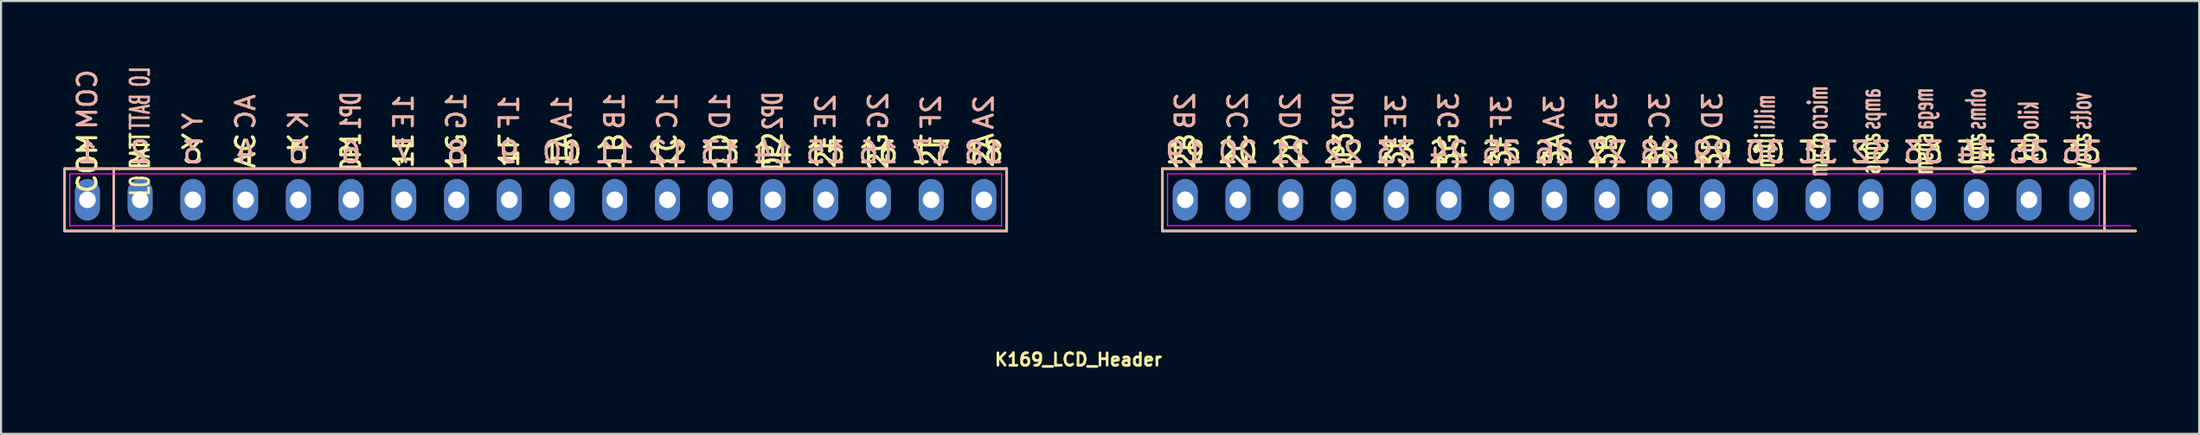
<source format=kicad_pcb>
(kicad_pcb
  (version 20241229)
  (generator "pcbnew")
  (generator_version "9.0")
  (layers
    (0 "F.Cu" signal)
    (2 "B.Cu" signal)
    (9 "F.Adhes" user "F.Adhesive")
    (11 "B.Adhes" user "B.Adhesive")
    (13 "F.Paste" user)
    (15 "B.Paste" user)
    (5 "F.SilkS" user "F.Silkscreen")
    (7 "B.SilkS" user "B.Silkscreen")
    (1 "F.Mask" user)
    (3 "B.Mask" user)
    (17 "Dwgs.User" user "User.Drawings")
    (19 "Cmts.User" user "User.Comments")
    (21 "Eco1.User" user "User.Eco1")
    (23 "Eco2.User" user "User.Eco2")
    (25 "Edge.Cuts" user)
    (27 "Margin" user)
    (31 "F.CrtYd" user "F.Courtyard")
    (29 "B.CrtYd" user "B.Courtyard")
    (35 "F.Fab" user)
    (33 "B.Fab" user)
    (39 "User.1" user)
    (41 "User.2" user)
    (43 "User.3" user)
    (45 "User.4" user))
  (footprint "K169_LCD_Header"
    (layer "F.Cu")
    (at 49.19 6.577)
    (property "Reference" "K169_LCD_Header" (at -0.3 7.7 0) (layer "F.SilkS") (effects (font (size 0.6 0.6) (thickness 0.13))))
    (attr through_hole)
    (fp_line (start -49.13 -1.5) (end -3.75 -1.5) (stroke (width 0.12) (type solid)) (layer "F.SilkS"))
    (fp_line (start -49.13 1.5) (end -49.13 -1.5) (stroke (width 0.12) (type solid)) (layer "F.SilkS"))
    (fp_line (start -46.76 -1.5) (end -46.76 1.5) (stroke (width 0.12) (type solid)) (layer "F.SilkS"))
    (fp_line (start -3.75 -1.5) (end -3.75 1.5) (stroke (width 0.12) (type solid)) (layer "F.SilkS"))
    (fp_line (start -3.75 1.5) (end -49.13 1.5) (stroke (width 0.12) (type solid)) (layer "F.SilkS"))
    (fp_line (start 3.75 -1.5) (end 3.75 1.5) (stroke (width 0.12) (type solid)) (layer "F.SilkS"))
    (fp_line (start 3.75 -1.5) (end 50.63 -1.5) (stroke (width 0.12) (type solid)) (layer "F.SilkS"))
    (fp_line (start 49.13 -1.5) (end 49.13 1.5) (stroke (width 0.12) (type solid)) (layer "F.SilkS"))
    (fp_line (start 50.63 1.5) (end 3.75 1.5) (stroke (width 0.12) (type solid)) (layer "F.SilkS"))
    (fp_line (start -49.13 -1.5) (end -49.13 1.5) (stroke (width 0.12) (type solid)) (layer "B.SilkS"))
    (fp_line (start -49.13 1.5) (end -3.75 1.5) (stroke (width 0.12) (type solid)) (layer "B.SilkS"))
    (fp_line (start -46.76 1.5) (end -46.76 -1.5) (stroke (width 0.12) (type solid)) (layer "B.SilkS"))
    (fp_line (start -3.75 -1.5) (end -49.13 -1.5) (stroke (width 0.12) (type solid)) (layer "B.SilkS"))
    (fp_line (start -3.75 1.5) (end -3.75 -1.5) (stroke (width 0.12) (type solid)) (layer "B.SilkS"))
    (fp_line (start 3.75 1.5) (end 3.75 -1.5) (stroke (width 0.12) (type solid)) (layer "B.SilkS"))
    (fp_line (start 3.75 1.5) (end 50.63 1.5) (stroke (width 0.12) (type solid)) (layer "B.SilkS"))
    (fp_line (start 49.13 1.5) (end 49.13 -1.5) (stroke (width 0.12) (type solid)) (layer "B.SilkS"))
    (fp_line (start 50.63 -1.5) (end 3.75 -1.5) (stroke (width 0.12) (type solid)) (layer "B.SilkS"))
    (fp_line (start -48.88 -1.25) (end -4 -1.25) (stroke (width 0.05) (type solid)) (layer "F.CrtYd"))
    (fp_line (start -48.88 1.25) (end -48.88 -1.25) (stroke (width 0.05) (type solid)) (layer "F.CrtYd"))
    (fp_line (start -4 -1.25) (end -4 1.25) (stroke (width 0.05) (type solid)) (layer "F.CrtYd"))
    (fp_line (start -4 1.25) (end -48.88 1.25) (stroke (width 0.05) (type solid)) (layer "F.CrtYd"))
    (fp_line (start 4 -1.25) (end 4 1.25) (stroke (width 0.05) (type solid)) (layer "F.CrtYd"))
    (fp_line (start 4 -1.25) (end 50.38 -1.25) (stroke (width 0.05) (type solid)) (layer "F.CrtYd"))
    (fp_line (start 48.88 -1.25) (end 48.88 1.25) (stroke (width 0.05) (type solid)) (layer "F.CrtYd"))
    (fp_line (start 50.38 1.25) (end 4 1.25) (stroke (width 0.05) (type solid)) (layer "F.CrtYd"))
    (fp_text user "30" (at 32.79 -2.286 0) (layer "F.SilkS") (effects (font (size 1 1) (thickness 0.15))))
    (fp_text user "14" (at -15.01 -2.286 0) (layer "F.SilkS") (effects (font (size 1 1) (thickness 0.15))))
    (fp_text user "26" (at 22.63 -2.286 0) (layer "F.SilkS") (effects (font (size 1 1) (thickness 0.15))))
    (fp_text user "milli" (at 32.79 -3.302 270) (layer "F.SilkS") (effects (font (size 0.9 0.5) (thickness 0.125)) (justify right)))
    (fp_text user "20" (at 7.39 -2.286 0) (layer "F.SilkS") (effects (font (size 1 1) (thickness 0.15))))
    (fp_text user "LO BATT" (at -45.49 -3.302 270) (layer "F.SilkS") (effects (font (size 0.9 0.5) (thickness 0.125)) (justify right)))
    (fp_text user "amps" (at 37.87 -3.302 270) (layer "F.SilkS") (effects (font (size 0.9 0.5) (thickness 0.125)) (justify right)))
    (fp_text user "36" (at 48.03 -2.286 0) (layer "F.SilkS") (effects (font (size 1 1) (thickness 0.15))))
    (fp_text user "34" (at 42.95 -2.286 0) (layer "F.SilkS") (effects (font (size 1 1) (thickness 0.15))))
    (fp_text user "1E" (at -32.79 -3.302 270) (layer "F.SilkS") (effects (font (size 0.9 0.9) (thickness 0.15)) (justify right)))
    (fp_text user "1F" (at -27.71 -3.302 270) (layer "F.SilkS") (effects (font (size 0.9 0.9) (thickness 0.15)) (justify right)))
    (fp_text user "3D" (at 30.25 -3.302 270) (layer "F.SilkS") (effects (font (size 0.9 0.9) (thickness 0.15)) (justify right)))
    (fp_text user "3" (at -42.95 -2.286 0) (layer "F.SilkS") (effects (font (size 1 1) (thickness 0.15))))
    (fp_text user "6" (at -35.33 -2.286 0) (layer "F.SilkS") (effects (font (size 1 1) (thickness 0.15))))
    (fp_text user "9" (at -27.71 -2.286 0) (layer "F.SilkS") (effects (font (size 1 1) (thickness 0.15))))
    (fp_text user "2A" (at -4.85 -3.302 270) (layer "F.SilkS") (effects (font (size 0.9 0.9) (thickness 0.15)) (justify right)))
    (fp_text user "3G" (at 17.55 -3.302 270) (layer "F.SilkS") (effects (font (size 0.9 0.9) (thickness 0.15)) (justify right)))
    (fp_text user "2F" (at -7.39 -3.302 270) (layer "F.SilkS") (effects (font (size 0.9 0.9) (thickness 0.15)) (justify right)))
    (fp_text user "DP3" (at 12.47 -3.302 270) (layer "F.SilkS") (effects (font (size 0.9 0.6) (thickness 0.15)) (justify right)))
    (fp_text user "1A" (at -25.17 -3.302 270) (layer "F.SilkS") (effects (font (size 0.9 0.9) (thickness 0.15)) (justify right)))
    (fp_text user "18" (at -4.85 -2.286 0) (layer "F.SilkS") (effects (font (size 1 1) (thickness 0.15))))
    (fp_text user "10" (at -25.17 -2.286 0) (layer "F.SilkS") (effects (font (size 1 1) (thickness 0.15))))
    (fp_text user "29" (at 30.25 -2.286 0) (layer "F.SilkS") (effects (font (size 1 1) (thickness 0.15))))
    (fp_text user "1B" (at -22.63 -3.302 270) (layer "F.SilkS") (effects (font (size 0.9 0.9) (thickness 0.15)) (justify right)))
    (fp_text user "2" (at -45.49 -2.286 0) (layer "F.SilkS") (effects (font (size 1 1) (thickness 0.15))))
    (fp_text user "19" (at 4.85 -2.286 0) (layer "F.SilkS") (effects (font (size 1 1) (thickness 0.15))))
    (fp_text user "11" (at -22.63 -2.286 0) (layer "F.SilkS") (effects (font (size 1 1) (thickness 0.15))))
    (fp_text user "5" (at -37.87 -2.286 0) (layer "F.SilkS") (effects (font (size 1 1) (thickness 0.15))))
    (fp_text user "2D" (at 9.93 -3.302 270) (layer "F.SilkS") (effects (font (size 0.9 0.9) (thickness 0.15)) (justify right)))
    (fp_text user "32" (at 37.87 -2.286 0) (layer "F.SilkS") (effects (font (size 1 1) (thickness 0.15))))
    (fp_text user "7" (at -32.79 -2.286 0) (layer "F.SilkS") (effects (font (size 1 1) (thickness 0.15))))
    (fp_text user "16" (at -9.93 -2.286 0) (layer "F.SilkS") (effects (font (size 1 1) (thickness 0.15))))
    (fp_text user "kilo" (at 45.49 -3.302 270) (layer "F.SilkS") (effects (font (size 0.9 0.5) (thickness 0.125)) (justify right)))
    (fp_text user "ohms" (at 42.95 -3.302 270) (layer "F.SilkS") (effects (font (size 0.9 0.5) (thickness 0.125)) (justify right)))
    (fp_text user "2C" (at 7.39 -3.302 270) (layer "F.SilkS") (effects (font (size 0.9 0.9) (thickness 0.15)) (justify right)))
    (fp_text user "1G" (at -30.25 -3.302 270) (layer "F.SilkS") (effects (font (size 0.9 0.9) (thickness 0.15)) (justify right)))
    (fp_text user "21" (at 9.93 -2.286 0) (layer "F.SilkS") (effects (font (size 1 1) (thickness 0.15))))
    (fp_text user "13" (at -17.55 -2.286 0) (layer "F.SilkS") (effects (font (size 1 1) (thickness 0.15))))
    (fp_text user "3F" (at 20.09 -3.302 270) (layer "F.SilkS") (effects (font (size 0.9 0.9) (thickness 0.15)) (justify right)))
    (fp_text user "28" (at 27.71 -2.286 0) (layer "F.SilkS") (effects (font (size 1 1) (thickness 0.15))))
    (fp_text user "35" (at 45.49 -2.286 0) (layer "F.SilkS") (effects (font (size 1 1) (thickness 0.15))))
    (fp_text user "17" (at -7.39 -2.286 0) (layer "F.SilkS") (effects (font (size 1 1) (thickness 0.15))))
    (fp_text user "COM" (at -48.03 -3.302 270) (layer "F.SilkS") (effects (font (size 0.9 0.9) (thickness 0.15)) (justify right)))
    (fp_text user "33" (at 40.41 -2.286 0) (layer "F.SilkS") (effects (font (size 1 1) (thickness 0.15))))
    (fp_text user "Y" (at -42.95 -3.302 270) (layer "F.SilkS") (effects (font (size 0.9 0.9) (thickness 0.15)) (justify right)))
    (fp_text user "mega" (at 40.41 -3.302 270) (layer "F.SilkS") (effects (font (size 0.9 0.5) (thickness 0.125)) (justify right)))
    (fp_text user "3A" (at 22.63 -3.302 270) (layer "F.SilkS") (effects (font (size 0.9 0.9) (thickness 0.15)) (justify right)))
    (fp_text user "12" (at -20.09 -2.286 0) (layer "F.SilkS") (effects (font (size 1 1) (thickness 0.15))))
    (fp_text user "2B" (at 4.85 -3.302 270) (layer "F.SilkS") (effects (font (size 0.9 0.9) (thickness 0.15)) (justify right)))
    (fp_text user "22" (at 12.47 -2.286 0) (layer "F.SilkS") (effects (font (size 1 1) (thickness 0.15))))
    (fp_text user "K" (at -37.87 -3.302 270) (layer "F.SilkS") (effects (font (size 0.9 0.9) (thickness 0.15)) (justify right)))
    (fp_text user "25" (at 20.09 -2.286 0) (layer "F.SilkS") (effects (font (size 1 1) (thickness 0.15))))
    (fp_text user "2E" (at -12.47 -3.302 270) (layer "F.SilkS") (effects (font (size 0.9 0.9) (thickness 0.15)) (justify right)))
    (fp_text user "DP1" (at -35.33 -3.302 270) (layer "F.SilkS") (effects (font (size 0.9 0.6) (thickness 0.15)) (justify right)))
    (fp_text user "3E" (at 15.01 -3.302 270) (layer "F.SilkS") (effects (font (size 0.9 0.9) (thickness 0.15)) (justify right)))
    (fp_text user "15" (at -12.47 -2.286 0) (layer "F.SilkS") (effects (font (size 1 1) (thickness 0.15))))
    (fp_text user "27" (at 25.17 -2.286 0) (layer "F.SilkS") (effects (font (size 1 1) (thickness 0.15))))
    (fp_text user "24" (at 17.55 -2.286 0) (layer "F.SilkS") (effects (font (size 1 1) (thickness 0.15))))
    (fp_text user "1" (at -48.03 -2.286 0) (layer "F.SilkS") (effects (font (size 1 1) (thickness 0.15))))
    (fp_text user "2G" (at -9.93 -3.302 270) (layer "F.SilkS") (effects (font (size 0.9 0.9) (thickness 0.15)) (justify right)))
    (fp_text user "3C" (at 27.71 -3.302 270) (layer "F.SilkS") (effects (font (size 0.9 0.9) (thickness 0.15)) (justify right)))
    (fp_text user "3B" (at 25.17 -3.302 270) (layer "F.SilkS") (effects (font (size 0.9 0.9) (thickness 0.15)) (justify right)))
    (fp_text user "1D" (at -17.55 -3.302 270) (layer "F.SilkS") (effects (font (size 0.9 0.9) (thickness 0.15)) (justify right)))
    (fp_text user "1C" (at -20.09 -3.302 270) (layer "F.SilkS") (effects (font (size 0.9 0.9) (thickness 0.15)) (justify right)))
    (fp_text user "DP2" (at -15.01 -3.302 270) (layer "F.SilkS") (effects (font (size 0.9 0.6) (thickness 0.15)) (justify right)))
    (fp_text user "8" (at -30.25 -2.286 0) (layer "F.SilkS") (effects (font (size 1 1) (thickness 0.15))))
    (fp_text user "31" (at 35.33 -2.286 0) (layer "F.SilkS") (effects (font (size 1 1) (thickness 0.15))))
    (fp_text user "23" (at 15.01 -2.286 0) (layer "F.SilkS") (effects (font (size 1 1) (thickness 0.15))))
    (fp_text user "volts" (at 48.03 -3.302 270) (layer "F.SilkS") (effects (font (size 0.9 0.5) (thickness 0.125)) (justify right)))
    (fp_text user "AC" (at -40.41 -3.302 270) (layer "F.SilkS") (effects (font (size 0.9 0.9) (thickness 0.15)) (justify right)))
    (fp_text user "micro" (at 35.33 -3.302 270) (layer "F.SilkS") (effects (font (size 0.9 0.5) (thickness 0.125)) (justify right)))
    (fp_text user "4" (at -40.41 -2.286 0) (layer "F.SilkS") (effects (font (size 1 1) (thickness 0.15))))
    (fp_text user "kilo" (at 45.49 -3.302 90) (layer "B.SilkS") (effects (font (size 0.9 0.5) (thickness 0.125)) (justify right mirror)))
    (fp_text user "20" (at 7.39 -2.286 0) (layer "B.SilkS") (effects (font (size 1 1) (thickness 0.15)) (justify mirror)))
    (fp_text user "23" (at 15.01 -2.286 0) (layer "B.SilkS") (effects (font (size 1 1) (thickness 0.15)) (justify mirror)))
    (fp_text user "amps" (at 37.87 -3.302 90) (layer "B.SilkS") (effects (font (size 0.9 0.5) (thickness 0.125)) (justify right mirror)))
    (fp_text user "12" (at -20.09 -2.286 0) (layer "B.SilkS") (effects (font (size 1 1) (thickness 0.15)) (justify mirror)))
    (fp_text user "ohms" (at 42.95 -3.302 90) (layer "B.SilkS") (effects (font (size 0.9 0.5) (thickness 0.125)) (justify right mirror)))
    (fp_text user "5" (at -37.87 -2.286 0) (layer "B.SilkS") (effects (font (size 1 1) (thickness 0.15)) (justify mirror)))
    (fp_text user "7" (at -32.79 -2.286 0) (layer "B.SilkS") (effects (font (size 1 1) (thickness 0.15)) (justify mirror)))
    (fp_text user "LO BATT" (at -45.49 -3.302 90) (layer "B.SilkS") (effects (font (size 0.9 0.5) (thickness 0.125)) (justify right mirror)))
    (fp_text user "1B" (at -22.63 -3.302 90) (layer "B.SilkS") (effects (font (size 0.9 0.9) (thickness 0.15)) (justify right mirror)))
    (fp_text user "29" (at 30.25 -2.286 0) (layer "B.SilkS") (effects (font (size 1 1) (thickness 0.15)) (justify mirror)))
    (fp_text user "26" (at 22.63 -2.286 0) (layer "B.SilkS") (effects (font (size 1 1) (thickness 0.15)) (justify mirror)))
    (fp_text user "DP2" (at -15.01 -3.302 90) (layer "B.SilkS") (effects (font (size 0.9 0.6) (thickness 0.15)) (justify right mirror)))
    (fp_text user "1A" (at -25.17 -3.302 90) (layer "B.SilkS") (effects (font (size 0.9 0.9) (thickness 0.15)) (justify right mirror)))
    (fp_text user "Y" (at -42.95 -3.302 90) (layer "B.SilkS") (effects (font (size 0.9 0.9) (thickness 0.15)) (justify right mirror)))
    (fp_text user "2B" (at 4.85 -3.302 90) (layer "B.SilkS") (effects (font (size 0.9 0.9) (thickness 0.15)) (justify right mirror)))
    (fp_text user "34" (at 42.95 -2.286 0) (layer "B.SilkS") (effects (font (size 1 1) (thickness 0.15)) (justify mirror)))
    (fp_text user "3D" (at 30.25 -3.302 90) (layer "B.SilkS") (effects (font (size 0.9 0.9) (thickness 0.15)) (justify right mirror)))
    (fp_text user "3C" (at 27.71 -3.302 90) (layer "B.SilkS") (effects (font (size 0.9 0.9) (thickness 0.15)) (justify right mirror)))
    (fp_text user "2" (at -45.49 -2.286 0) (layer "B.SilkS") (effects (font (size 1 1) (thickness 0.15)) (justify mirror)))
    (fp_text user "3F" (at 20.09 -3.302 90) (layer "B.SilkS") (effects (font (size 0.9 0.9) (thickness 0.15)) (justify right mirror)))
    (fp_text user "1F" (at -27.71 -3.302 90) (layer "B.SilkS") (effects (font (size 0.9 0.9) (thickness 0.15)) (justify right mirror)))
    (fp_text user "22" (at 12.47 -2.286 0) (layer "B.SilkS") (effects (font (size 1 1) (thickness 0.15)) (justify mirror)))
    (fp_text user "35" (at 45.49 -2.286 0) (layer "B.SilkS") (effects (font (size 1 1) (thickness 0.15)) (justify mirror)))
    (fp_text user "mega" (at 40.41 -3.302 90) (layer "B.SilkS") (effects (font (size 0.9 0.5) (thickness 0.125)) (justify right mirror)))
    (fp_text user "15" (at -12.47 -2.286 0) (layer "B.SilkS") (effects (font (size 1 1) (thickness 0.15)) (justify mirror)))
    (fp_text user "3" (at -42.95 -2.286 0) (layer "B.SilkS") (effects (font (size 1 1) (thickness 0.15)) (justify mirror)))
    (fp_text user "DP1" (at -35.33 -3.302 90) (layer "B.SilkS") (effects (font (size 0.9 0.6) (thickness 0.15)) (justify right mirror)))
    (fp_text user "2G" (at -9.93 -3.302 90) (layer "B.SilkS") (effects (font (size 0.9 0.9) (thickness 0.15)) (justify right mirror)))
    (fp_text user "K" (at -37.87 -3.302 90) (layer "B.SilkS") (effects (font (size 0.9 0.9) (thickness 0.15)) (justify right mirror)))
    (fp_text user "32" (at 37.87 -2.286 0) (layer "B.SilkS") (effects (font (size 1 1) (thickness 0.15)) (justify mirror)))
    (fp_text user "3E" (at 15.01 -3.302 90) (layer "B.SilkS") (effects (font (size 0.9 0.9) (thickness 0.15)) (justify right mirror)))
    (fp_text user "DP3" (at 12.47 -3.302 90) (layer "B.SilkS") (effects (font (size 0.9 0.6) (thickness 0.15)) (justify right mirror)))
    (fp_text user "30" (at 32.79 -2.286 0) (layer "B.SilkS") (effects (font (size 1 1) (thickness 0.15)) (justify mirror)))
    (fp_text user "36" (at 48.03 -2.286 0) (layer "B.SilkS") (effects (font (size 1 1) (thickness 0.15)) (justify mirror)))
    (fp_text user "volts" (at 48.03 -3.302 90) (layer "B.SilkS") (effects (font (size 0.9 0.5) (thickness 0.125)) (justify right mirror)))
    (fp_text user "1" (at -48.03 -2.286 0) (layer "B.SilkS") (effects (font (size 1 1) (thickness 0.15)) (justify mirror)))
    (fp_text user "6" (at -35.33 -2.286 0) (layer "B.SilkS") (effects (font (size 1 1) (thickness 0.15)) (justify mirror)))
    (fp_text user "33" (at 40.41 -2.286 0) (layer "B.SilkS") (effects (font (size 1 1) (thickness 0.15)) (justify mirror)))
    (fp_text user "1D" (at -17.55 -3.302 90) (layer "B.SilkS") (effects (font (size 0.9 0.9) (thickness 0.15)) (justify right mirror)))
    (fp_text user "31" (at 35.33 -2.286 0) (layer "B.SilkS") (effects (font (size 1 1) (thickness 0.15)) (justify mirror)))
    (fp_text user "3B" (at 25.17 -3.302 90) (layer "B.SilkS") (effects (font (size 0.9 0.9) (thickness 0.15)) (justify right mirror)))
    (fp_text user "18" (at -4.85 -2.286 0) (layer "B.SilkS") (effects (font (size 1 1) (thickness 0.15)) (justify mirror)))
    (fp_text user "13" (at -17.55 -2.286 0) (layer "B.SilkS") (effects (font (size 1 1) (thickness 0.15)) (justify mirror)))
    (fp_text user "8" (at -30.25 -2.286 0) (layer "B.SilkS") (effects (font (size 1 1) (thickness 0.15)) (justify mirror)))
    (fp_text user "1G" (at -30.25 -3.302 90) (layer "B.SilkS") (effects (font (size 0.9 0.9) (thickness 0.15)) (justify right mirror)))
    (fp_text user "24" (at 17.55 -2.286 0) (layer "B.SilkS") (effects (font (size 1 1) (thickness 0.15)) (justify mirror)))
    (fp_text user "micro" (at 35.33 -3.302 90) (layer "B.SilkS") (effects (font (size 0.9 0.5) (thickness 0.125)) (justify right mirror)))
    (fp_text user "16" (at -9.93 -2.286 0) (layer "B.SilkS") (effects (font (size 1 1) (thickness 0.15)) (justify mirror)))
    (fp_text user "14" (at -15.01 -2.286 0) (layer "B.SilkS") (effects (font (size 1 1) (thickness 0.15)) (justify mirror)))
    (fp_text user "milli" (at 32.79 -3.302 90) (layer "B.SilkS") (effects (font (size 0.9 0.5) (thickness 0.125)) (justify right mirror)))
    (fp_text user "27" (at 25.17 -2.286 0) (layer "B.SilkS") (effects (font (size 1 1) (thickness 0.15)) (justify mirror)))
    (fp_text user "3G" (at 17.55 -3.302 90) (layer "B.SilkS") (effects (font (size 0.9 0.9) (thickness 0.15)) (justify right mirror)))
    (fp_text user "25" (at 20.09 -2.286 0) (layer "B.SilkS") (effects (font (size 1 1) (thickness 0.15)) (justify mirror)))
    (fp_text user "1E" (at -32.79 -3.302 90) (layer "B.SilkS") (effects (font (size 0.9 0.9) (thickness 0.15)) (justify right mirror)))
    (fp_text user "1C" (at -20.09 -3.302 90) (layer "B.SilkS") (effects (font (size 0.9 0.9) (thickness 0.15)) (justify right mirror)))
    (fp_text user "3A" (at 22.63 -3.302 90) (layer "B.SilkS") (effects (font (size 0.9 0.9) (thickness 0.15)) (justify right mirror)))
    (fp_text user "AC" (at -40.41 -3.302 90) (layer "B.SilkS") (effects (font (size 0.9 0.9) (thickness 0.15)) (justify right mirror)))
    (fp_text user "2A" (at -4.85 -3.302 90) (layer "B.SilkS") (effects (font (size 0.9 0.9) (thickness 0.15)) (justify right mirror)))
    (fp_text user "17" (at -7.39 -2.286 0) (layer "B.SilkS") (effects (font (size 1 1) (thickness 0.15)) (justify mirror)))
    (fp_text user "COM" (at -48.03 -3.302 90) (layer "B.SilkS") (effects (font (size 0.9 0.9) (thickness 0.15)) (justify right mirror)))
    (fp_text user "2E" (at -12.47 -3.302 90) (layer "B.SilkS") (effects (font (size 0.9 0.9) (thickness 0.15)) (justify right mirror)))
    (fp_text user "2C" (at 7.39 -3.302 90) (layer "B.SilkS") (effects (font (size 0.9 0.9) (thickness 0.15)) (justify right mirror)))
    (fp_text user "2F" (at -7.39 -3.302 90) (layer "B.SilkS") (effects (font (size 0.9 0.9) (thickness 0.15)) (justify right mirror)))
    (fp_text user "21" (at 9.93 -2.286 0) (layer "B.SilkS") (effects (font (size 1 1) (thickness 0.15)) (justify mirror)))
    (fp_text user "19" (at 4.85 -2.286 0) (layer "B.SilkS") (effects (font (size 1 1) (thickness 0.15)) (justify mirror)))
    (fp_text user "9" (at -27.71 -2.286 0) (layer "B.SilkS") (effects (font (size 1 1) (thickness 0.15)) (justify mirror)))
    (fp_text user "11" (at -22.63 -2.286 0) (layer "B.SilkS") (effects (font (size 1 1) (thickness 0.15)) (justify mirror)))
    (fp_text user "10" (at -25.17 -2.286 0) (layer "B.SilkS") (effects (font (size 1 1) (thickness 0.15)) (justify mirror)))
    (fp_text user "4" (at -40.41 -2.286 0) (layer "B.SilkS") (effects (font (size 1 1) (thickness 0.15)) (justify mirror)))
    (fp_text user "2D" (at 9.93 -3.302 90) (layer "B.SilkS") (effects (font (size 0.9 0.9) (thickness 0.15)) (justify right mirror)))
    (fp_text user "28" (at 27.71 -2.286 0) (layer "B.SilkS") (effects (font (size 1 1) (thickness 0.15)) (justify mirror)))
    (pad "1" thru_hole oval (at -48.03 0) (size 1.2 2) (drill 0.8) (layers "*.Cu" "*.Mask"))
    (pad "2" thru_hole oval (at -45.49 0) (size 1.2 2) (drill 0.8) (layers "*.Cu" "*.Mask"))
    (pad "3" thru_hole oval (at -42.95 0) (size 1.2 2) (drill 0.8) (layers "*.Cu" "*.Mask"))
    (pad "4" thru_hole oval (at -40.41 0) (size 1.2 2) (drill 0.8) (layers "*.Cu" "*.Mask"))
    (pad "5" thru_hole oval (at -37.87 0) (size 1.2 2) (drill 0.8) (layers "*.Cu" "*.Mask"))
    (pad "6" thru_hole oval (at -35.33 0) (size 1.2 2) (drill 0.8) (layers "*.Cu" "*.Mask"))
    (pad "7" thru_hole oval (at -32.79 0) (size 1.2 2) (drill 0.8) (layers "*.Cu" "*.Mask"))
    (pad "8" thru_hole oval (at -30.25 0) (size 1.2 2) (drill 0.8) (layers "*.Cu" "*.Mask"))
    (pad "9" thru_hole oval (at -27.71 0) (size 1.2 2) (drill 0.8) (layers "*.Cu" "*.Mask"))
    (pad "10" thru_hole oval (at -25.17 0) (size 1.2 2) (drill 0.8) (layers "*.Cu" "*.Mask"))
    (pad "11" thru_hole oval (at -22.63 0) (size 1.2 2) (drill 0.8) (layers "*.Cu" "*.Mask"))
    (pad "12" thru_hole oval (at -20.09 0) (size 1.2 2) (drill 0.8) (layers "*.Cu" "*.Mask"))
    (pad "13" thru_hole oval (at -17.55 0) (size 1.2 2) (drill 0.8) (layers "*.Cu" "*.Mask"))
    (pad "14" thru_hole oval (at -15.01 0) (size 1.2 2) (drill 0.8) (layers "*.Cu" "*.Mask"))
    (pad "15" thru_hole oval (at -12.47 0) (size 1.2 2) (drill 0.8) (layers "*.Cu" "*.Mask"))
    (pad "16" thru_hole oval (at -9.93 0) (size 1.2 2) (drill 0.8) (layers "*.Cu" "*.Mask"))
    (pad "17" thru_hole oval (at -7.39 0) (size 1.2 2) (drill 0.8) (layers "*.Cu" "*.Mask"))
    (pad "18" thru_hole oval (at -4.85 0) (size 1.2 2) (drill 0.8) (layers "*.Cu" "*.Mask"))
    (pad "19" thru_hole oval (at 4.85 0) (size 1.2 2) (drill 0.8) (layers "*.Cu" "*.Mask"))
    (pad "20" thru_hole oval (at 7.39 0) (size 1.2 2) (drill 0.8) (layers "*.Cu" "*.Mask"))
    (pad "21" thru_hole oval (at 9.93 0) (size 1.2 2) (drill 0.8) (layers "*.Cu" "*.Mask"))
    (pad "22" thru_hole oval (at 12.47 0) (size 1.2 2) (drill 0.8) (layers "*.Cu" "*.Mask"))
    (pad "23" thru_hole oval (at 15.01 0) (size 1.2 2) (drill 0.8) (layers "*.Cu" "*.Mask"))
    (pad "24" thru_hole oval (at 17.55 0) (size 1.2 2) (drill 0.8) (layers "*.Cu" "*.Mask"))
    (pad "25" thru_hole oval (at 20.09 0) (size 1.2 2) (drill 0.8) (layers "*.Cu" "*.Mask"))
    (pad "26" thru_hole oval (at 22.63 0) (size 1.2 2) (drill 0.8) (layers "*.Cu" "*.Mask"))
    (pad "27" thru_hole oval (at 25.17 0) (size 1.2 2) (drill 0.8) (layers "*.Cu" "*.Mask"))
    (pad "28" thru_hole oval (at 27.71 0) (size 1.2 2) (drill 0.8) (layers "*.Cu" "*.Mask"))
    (pad "29" thru_hole oval (at 30.25 0) (size 1.2 2) (drill 0.8) (layers "*.Cu" "*.Mask"))
    (pad "30" thru_hole oval (at 32.79 0) (size 1.2 2) (drill 0.8) (layers "*.Cu" "*.Mask"))
    (pad "31" thru_hole oval (at 35.33 0) (size 1.2 2) (drill 0.8) (layers "*.Cu" "*.Mask"))
    (pad "32" thru_hole oval (at 37.87 0) (size 1.2 2) (drill 0.8) (layers "*.Cu" "*.Mask"))
    (pad "33" thru_hole oval (at 40.41 0) (size 1.2 2) (drill 0.8) (layers "*.Cu" "*.Mask"))
    (pad "34" thru_hole oval (at 42.95 0) (size 1.2 2) (drill 0.8) (layers "*.Cu" "*.Mask"))
    (pad "35" thru_hole oval (at 45.49 0) (size 1.2 2) (drill 0.8) (layers "*.Cu" "*.Mask"))
    (pad "36" thru_hole oval (at 48.03 0) (size 1.2 2) (drill 0.8) (layers "*.Cu" "*.Mask")))
  (gr_rect
    (start -3 -3)
    (end 102.88 17.856)
    (stroke (width 0.1) (type default))
    (fill no)
    (layer "Edge.Cuts")))
</source>
